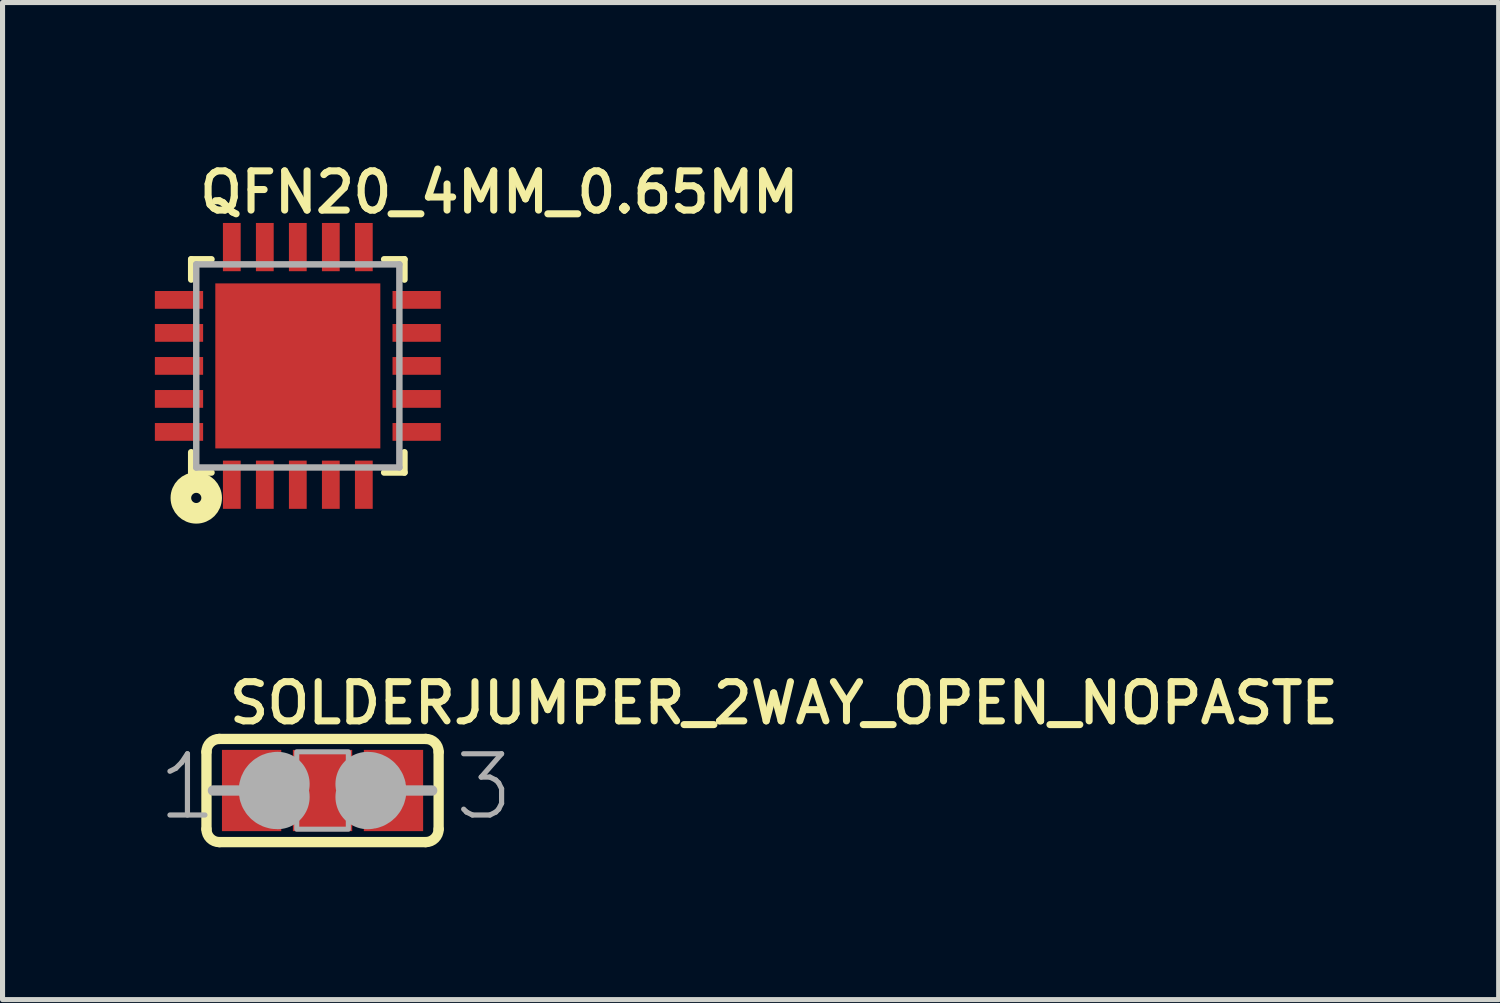
<source format=kicad_pcb>
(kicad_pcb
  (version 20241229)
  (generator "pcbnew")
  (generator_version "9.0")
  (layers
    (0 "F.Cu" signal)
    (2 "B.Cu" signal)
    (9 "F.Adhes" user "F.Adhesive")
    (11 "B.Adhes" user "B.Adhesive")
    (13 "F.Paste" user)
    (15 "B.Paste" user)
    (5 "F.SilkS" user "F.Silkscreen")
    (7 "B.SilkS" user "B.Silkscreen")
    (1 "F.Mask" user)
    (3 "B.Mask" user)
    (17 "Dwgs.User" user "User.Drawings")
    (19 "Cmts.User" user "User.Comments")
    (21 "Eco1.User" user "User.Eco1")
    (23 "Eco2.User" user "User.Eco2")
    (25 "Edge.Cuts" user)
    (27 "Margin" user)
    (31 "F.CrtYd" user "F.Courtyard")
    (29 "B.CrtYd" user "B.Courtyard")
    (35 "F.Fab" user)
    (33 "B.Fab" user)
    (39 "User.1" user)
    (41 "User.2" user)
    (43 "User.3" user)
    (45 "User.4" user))
  (footprint "QFN20_4MM_0.65MM"
    (layer "F.Cu")
    (at 2.815 4.156)
    (property "Reference" "QFN20_4MM_0.65MM" (at -2.005 -2.967 0) (layer "F.SilkS") (effects (font (size 0.772 0.772) (thickness 0.139)) (justify left bottom)))
    (attr through_hole)
    (fp_line (start -2.1 -2.1) (end -1.7 -2.1) (stroke (width 0.127) (type solid)) (layer "F.SilkS"))
    (fp_line (start -2.1 -1.7) (end -2.1 -2.1) (stroke (width 0.127) (type solid)) (layer "F.SilkS"))
    (fp_line (start -2.1 1.7) (end -2.1 2.1) (stroke (width 0.127) (type solid)) (layer "F.SilkS"))
    (fp_line (start -2.1 2.1) (end -1.7 2.1) (stroke (width 0.127) (type solid)) (layer "F.SilkS"))
    (fp_line (start 1.7 -2.1) (end 2.1 -2.1) (stroke (width 0.127) (type solid)) (layer "F.SilkS"))
    (fp_line (start 1.7 2.1) (end 2.1 2.1) (stroke (width 0.127) (type solid)) (layer "F.SilkS"))
    (fp_line (start 2.1 -2.1) (end 2.1 -1.7) (stroke (width 0.127) (type solid)) (layer "F.SilkS"))
    (fp_line (start 2.1 2.1) (end 2.1 1.7) (stroke (width 0.127) (type solid)) (layer "F.SilkS"))
    (fp_circle (center -2 2.6) (end -1.9 2.6) (stroke (width 0.406) (type solid)) (fill no) (layer "F.SilkS"))
    (fp_poly (pts (xy -1.524 -0.254) (xy -0.254 -0.254) (xy -0.254 -1.524) (xy -1.524 -1.524)) (stroke (width 0) (type solid)) (fill yes) (layer "F.Paste"))
    (fp_poly (pts (xy -1.524 1.524) (xy -0.254 1.524) (xy -0.254 0.254) (xy -1.524 0.254)) (stroke (width 0) (type solid)) (fill yes) (layer "F.Paste"))
    (fp_poly (pts (xy 0.254 -0.254) (xy 1.524 -0.254) (xy 1.524 -1.524) (xy 0.254 -1.524)) (stroke (width 0) (type solid)) (fill yes) (layer "F.Paste"))
    (fp_poly (pts (xy 0.254 1.524) (xy 1.524 1.524) (xy 1.524 0.254) (xy 0.254 0.254)) (stroke (width 0) (type solid)) (fill yes) (layer "F.Paste"))
    (fp_line (start -2 -2) (end 2 -2) (stroke (width 0.127) (type solid)) (layer "F.Fab"))
    (fp_line (start -2 2) (end -2 -2) (stroke (width 0.127) (type solid)) (layer "F.Fab"))
    (fp_line (start 2 -2) (end 2 2) (stroke (width 0.127) (type solid)) (layer "F.Fab"))
    (fp_line (start 2 2) (end -2 2) (stroke (width 0.127) (type solid)) (layer "F.Fab"))
    (pad "1" smd rect (at -1.3 2.34 180) (size 0.35 0.95) (layers "F.Cu" "F.Mask" "F.Paste"))
    (pad "2" smd rect (at -0.65 2.34 180) (size 0.35 0.95) (layers "F.Cu" "F.Mask" "F.Paste"))
    (pad "3" smd rect (at 0 2.34 180) (size 0.35 0.95) (layers "F.Cu" "F.Mask" "F.Paste"))
    (pad "4" smd rect (at 0.65 2.34 180) (size 0.35 0.95) (layers "F.Cu" "F.Mask" "F.Paste"))
    (pad "5" smd rect (at 1.3 2.34 180) (size 0.35 0.95) (layers "F.Cu" "F.Mask" "F.Paste"))
    (pad "6" smd rect (at 2.34 1.3 270) (size 0.35 0.95) (layers "F.Cu" "F.Mask" "F.Paste"))
    (pad "7" smd rect (at 2.34 0.65 270) (size 0.35 0.95) (layers "F.Cu" "F.Mask" "F.Paste"))
    (pad "8" smd rect (at 2.34 0 270) (size 0.35 0.95) (layers "F.Cu" "F.Mask" "F.Paste"))
    (pad "9" smd rect (at 2.34 -0.65 270) (size 0.35 0.95) (layers "F.Cu" "F.Mask" "F.Paste"))
    (pad "10" smd rect (at 2.34 -1.3 270) (size 0.35 0.95) (layers "F.Cu" "F.Mask" "F.Paste"))
    (pad "11" smd rect (at 1.3 -2.34) (size 0.35 0.95) (layers "F.Cu" "F.Mask" "F.Paste"))
    (pad "12" smd rect (at 0.65 -2.34) (size 0.35 0.95) (layers "F.Cu" "F.Mask" "F.Paste"))
    (pad "13" smd rect (at 0 -2.34) (size 0.35 0.95) (layers "F.Cu" "F.Mask" "F.Paste"))
    (pad "14" smd rect (at -0.65 -2.34) (size 0.35 0.95) (layers "F.Cu" "F.Mask" "F.Paste"))
    (pad "15" smd rect (at -1.3 -2.34) (size 0.35 0.95) (layers "F.Cu" "F.Mask" "F.Paste"))
    (pad "16" smd rect (at -2.34 -1.3 90) (size 0.35 0.95) (layers "F.Cu" "F.Mask" "F.Paste"))
    (pad "17" smd rect (at -2.34 -0.65 90) (size 0.35 0.95) (layers "F.Cu" "F.Mask" "F.Paste"))
    (pad "18" smd rect (at -2.34 0 90) (size 0.35 0.95) (layers "F.Cu" "F.Mask" "F.Paste"))
    (pad "19" smd rect (at -2.34 0.65 90) (size 0.35 0.95) (layers "F.Cu" "F.Mask" "F.Paste"))
    (pad "20" smd rect (at -2.34 1.3 90) (size 0.35 0.95) (layers "F.Cu" "F.Mask" "F.Paste"))
    (pad "PAD" smd rect (at 0 0) (size 3.25 3.25) (layers "F.Cu" "F.Mask")))
  (footprint "SOLDERJUMPER_2WAY_OPEN_NOPASTE"
    (layer "F.Cu")
    (at 3.302 12.518)
    (property "Reference" "SOLDERJUMPER_2WAY_OPEN_NOPASTE" (at -1.905 -1.27 0) (layer "F.SilkS") (effects (font (size 0.772 0.772) (thickness 0.139)) (justify left bottom)))
    (attr through_hole)
    (fp_poly (pts (xy -2.1 0.9) (xy 2.1 0.9) (xy 2.1 -0.9) (xy -2.1 -0.9)) (stroke (width 0) (type solid)) (fill yes) (layer "F.Mask"))
    (fp_line (start -2.286 0.762) (end -2.286 -0.762) (stroke (width 0.203) (type solid)) (layer "F.SilkS"))
    (fp_line (start -2.032 -1.016) (end 2.032 -1.016) (stroke (width 0.203) (type solid)) (layer "F.SilkS"))
    (fp_line (start 2.032 1.016) (end -2.032 1.016) (stroke (width 0.203) (type solid)) (layer "F.SilkS"))
    (fp_line (start 2.286 0.762) (end 2.286 -0.762) (stroke (width 0.203) (type solid)) (layer "F.SilkS"))
    (fp_arc (start -2.286 -0.762) (mid -2.211605 -0.941605) (end -2.032 -1.016) (stroke (width 0.2032) (type solid)) (layer "F.SilkS"))
    (fp_arc (start -2.032 1.016) (mid -2.211605 0.941605) (end -2.286 0.762) (stroke (width 0.2032) (type solid)) (layer "F.SilkS"))
    (fp_arc (start 2.032 -1.016) (mid 2.211605 -0.941605) (end 2.286 -0.762) (stroke (width 0.2032) (type solid)) (layer "F.SilkS"))
    (fp_arc (start 2.286 0.762) (mid 2.211605 0.941605) (end 2.032 1.016) (stroke (width 0.2032) (type solid)) (layer "F.SilkS"))
    (fp_line (start -1.651 0) (end -2.159 0) (stroke (width 0.203) (type solid)) (layer "F.Fab"))
    (fp_line (start 1.651 0) (end 2.159 0) (stroke (width 0.203) (type solid)) (layer "F.Fab"))
    (fp_arc (start -0.889 0.127) (mid -1.016 0) (end -0.889 -0.127) (stroke (width 1.27) (type solid)) (layer "F.Fab"))
    (fp_arc (start 0.889 -0.127) (mid 1.016 0) (end 0.889 0.127) (stroke (width 1.27) (type solid)) (layer "F.Fab"))
    (fp_poly (pts (xy -0.508 0.762) (xy 0.508 0.762) (xy 0.508 -0.762) (xy -0.508 -0.762)) (stroke (width 0.1) (type solid)) (fill no) (layer "F.Fab"))
    (fp_text user "1" (at -3.302 0.635 0) (layer "F.Fab") (effects (font (size 1.206 1.206) (thickness 0.102)) (justify left bottom)))
    (fp_text user "3" (at 2.54 0.635 0) (layer "F.Fab") (effects (font (size 1.206 1.206) (thickness 0.102)) (justify left bottom)))
    (pad "1" smd rect (at -1.397 0) (size 1.168 1.6) (layers "F.Cu" "F.Mask"))
    (pad "2" smd rect (at 0 0) (size 1.168 1.6) (layers "F.Cu" "F.Mask"))
    (pad "3" smd rect (at 1.397 0) (size 1.168 1.6) (layers "F.Cu" "F.Mask")))
  (gr_rect
    (start -3 -3)
    (end 26.464 16.636)
    (stroke (width 0.1) (type default))
    (fill no)
    (layer "Edge.Cuts")))
</source>
